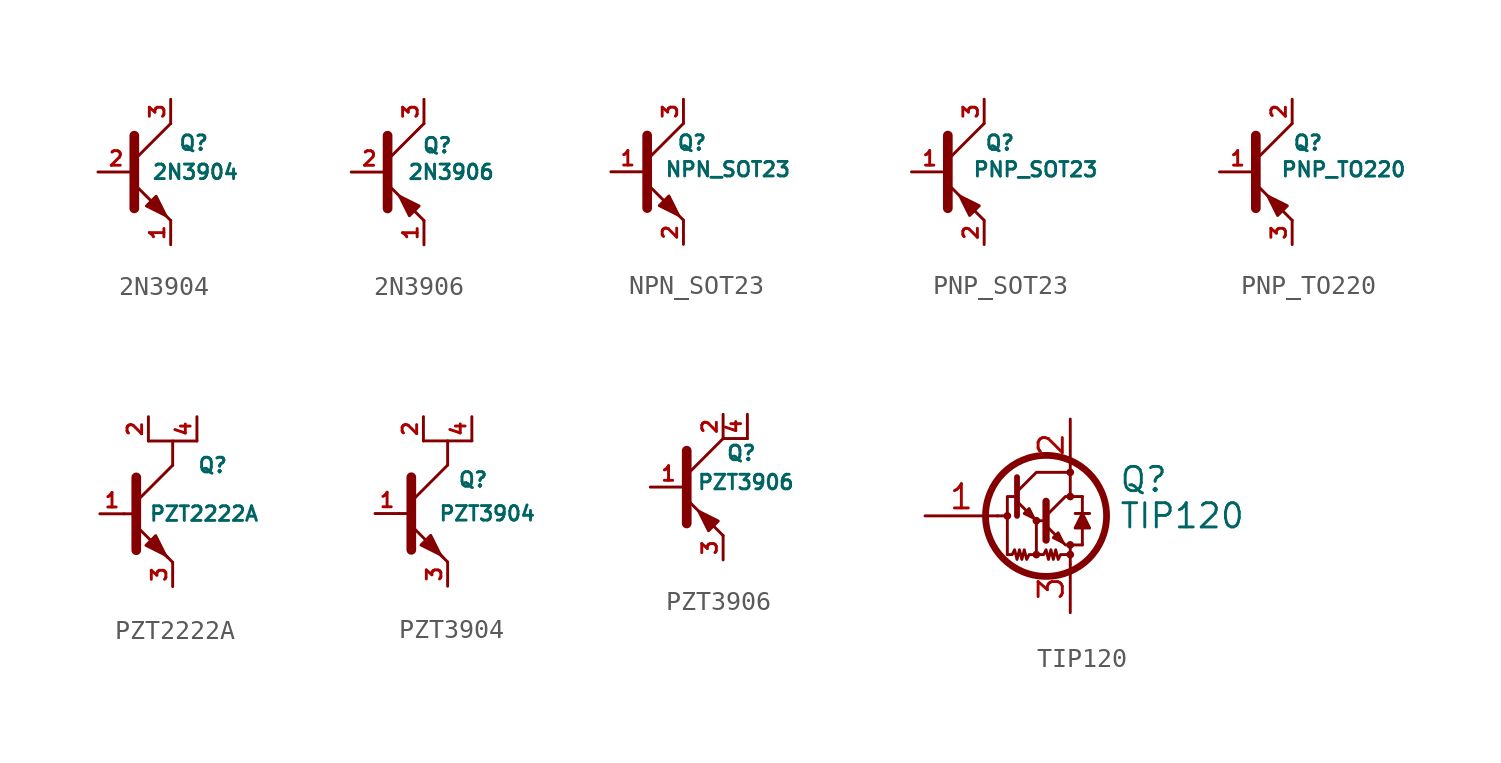
<source format=kicad_sym>
(kicad_symbol_lib
  (version 20210619)
  (generator kicad_symbol_editor)
  (symbol "Bobs_Bipolar_Transistors_2:2N3904"
    (pin_names
      (offset 0) hide)
    (property "Reference" "Q"
      (at 2.921 1.524 0)
      (effects (font (size 0.762 0.762)) (justify left)))
    (property "Value" "2N3904"
      (at 1.524 0 0)
      (effects (font (size 0.762 0.762)) (justify left)))
    (symbol "2N3904_0_1"
      (polyline (pts (xy 0.635 0.635) (xy 2.54 2.54)) (stroke (width 0)) (fill (type none)))
      (polyline (pts (xy 0.635 -0.635) (xy 2.54 -2.54) (xy 2.54 -2.54)) (stroke (width 0)) (fill (type none)))
      (polyline (pts (xy 0.635 1.905) (xy 0.635 -1.905) (xy 0.635 -1.905)) (stroke (width 0.508)) (fill (type none)))
      (polyline (pts (xy 1.27 -1.778) (xy 1.778 -1.27) (xy 2.286 -2.286) (xy 1.27 -1.778) (xy 1.27 -1.778)) (stroke (width 0)) (fill (type outline))))
    (symbol "2N3904_1_1"
      (pin passive line (at 2.54 -3.81 90) (length 1.27) (name "E" (effects (font (size 0.762 0.762)))) (number "1" (effects (font (size 0.762 0.762)))))
      (pin passive line (at -1.27 0 0) (length 1.905) (name "B" (effects (font (size 0.762 0.762)))) (number "2" (effects (font (size 0.762 0.762)))))
      (pin passive line (at 2.54 3.81 270) (length 1.27) (name "C" (effects (font (size 0.762 0.762)))) (number "3" (effects (font (size 0.762 0.762)))))))
  (symbol "Bobs_Bipolar_Transistors_2:2N3906"
    (pin_names
      (offset 0) hide)
    (property "Reference" "Q"
      (at 2.413 1.397 0)
      (effects (font (size 0.762 0.762)) (justify left)))
    (property "Value" "2N3906"
      (at 1.651 0 0)
      (effects (font (size 0.762 0.762)) (justify left)))
    (symbol "2N3906_0_1"
      (polyline (pts (xy 0.635 0.635) (xy 2.54 2.54)) (stroke (width 0)) (fill (type none)))
      (polyline (pts (xy 0.635 -0.635) (xy 2.54 -2.54) (xy 2.54 -2.54)) (stroke (width 0)) (fill (type none)))
      (polyline (pts (xy 0.635 1.905) (xy 0.635 -1.905) (xy 0.635 -1.905)) (stroke (width 0.508)) (fill (type none)))
      (polyline (pts (xy 2.286 -1.778) (xy 1.778 -2.286) (xy 1.27 -1.27) (xy 2.286 -1.778) (xy 2.286 -1.778)) (stroke (width 0)) (fill (type outline))))
    (symbol "2N3906_1_1"
      (pin passive line (at 2.54 -3.81 90) (length 1.27) (name "E" (effects (font (size 0.762 0.762)))) (number "1" (effects (font (size 0.762 0.762)))))
      (pin input line (at -1.27 0 0) (length 1.905) (name "B" (effects (font (size 0.762 0.762)))) (number "2" (effects (font (size 0.762 0.762)))))
      (pin passive line (at 2.54 3.81 270) (length 1.27) (name "C" (effects (font (size 0.762 0.762)))) (number "3" (effects (font (size 0.762 0.762)))))))
  (symbol "Bobs_Bipolar_Transistors_2:NPN_SOT23"
    (pin_names
      (offset 0) hide)
    (property "Reference" "Q"
      (at 2.159 1.524 0)
      (effects (font (size 0.762 0.762)) (justify left)))
    (property "Value" "NPN_SOT23"
      (at 1.524 0.127 0)
      (effects (font (size 0.762 0.762)) (justify left)))
    (symbol "NPN_SOT23_0_1"
      (polyline (pts (xy 0.635 0.635) (xy 2.54 2.54)) (stroke (width 0)) (fill (type none)))
      (polyline (pts (xy 0.635 -0.635) (xy 2.54 -2.54) (xy 2.54 -2.54)) (stroke (width 0)) (fill (type none)))
      (polyline (pts (xy 0.635 1.905) (xy 0.635 -1.905) (xy 0.635 -1.905)) (stroke (width 0.508)) (fill (type none)))
      (polyline (pts (xy 1.27 -1.778) (xy 1.778 -1.27) (xy 2.286 -2.286) (xy 1.27 -1.778) (xy 1.27 -1.778)) (stroke (width 0)) (fill (type outline))))
    (symbol "NPN_SOT23_1_1"
      (pin input line (at -1.27 0 0) (length 1.778) (name "Base" (effects (font (size 0.762 0.762)))) (number "1" (effects (font (size 0.762 0.762)))))
      (pin passive line (at 2.54 -3.81 90) (length 1.27) (name "E" (effects (font (size 0.762 0.762)))) (number "2" (effects (font (size 0.762 0.762)))))
      (pin output line (at 2.54 3.81 270) (length 1.27) (name "C" (effects (font (size 0.762 0.762)))) (number "3" (effects (font (size 0.762 0.762)))))))
  (symbol "Bobs_Bipolar_Transistors_2:PNP_SOT23"
    (pin_names
      (offset 0) hide)
    (property "Reference" "Q"
      (at 2.54 1.524 0)
      (effects (font (size 0.762 0.762)) (justify left)))
    (property "Value" "PNP_SOT23"
      (at 1.905 0.127 0)
      (effects (font (size 0.762 0.762)) (justify left)))
    (symbol "PNP_SOT23_0_1"
      (polyline (pts (xy 0.635 0.635) (xy 2.54 2.54)) (stroke (width 0)) (fill (type none)))
      (polyline (pts (xy 0.635 -0.635) (xy 2.54 -2.54) (xy 2.54 -2.54)) (stroke (width 0)) (fill (type none)))
      (polyline (pts (xy 0.635 1.905) (xy 0.635 -1.905) (xy 0.635 -1.905)) (stroke (width 0.508)) (fill (type none)))
      (polyline (pts (xy 2.286 -1.778) (xy 1.778 -2.286) (xy 1.27 -1.27) (xy 2.286 -1.778) (xy 2.286 -1.778)) (stroke (width 0)) (fill (type outline))))
    (symbol "PNP_SOT23_1_1"
      (pin input line (at -1.27 0 0) (length 1.905) (name "Base" (effects (font (size 0.762 0.762)))) (number "1" (effects (font (size 0.762 0.762)))))
      (pin bidirectional line (at 2.54 -3.81 90) (length 1.27) (name "Emitter" (effects (font (size 0.762 0.762)))) (number "2" (effects (font (size 0.762 0.762)))))
      (pin passive line (at 2.54 3.81 270) (length 1.27) (name "C" (effects (font (size 0.762 0.762)))) (number "3" (effects (font (size 0.762 0.762)))))))
  (symbol "Bobs_Bipolar_Transistors_2:PNP_TO220"
    (pin_names
      (offset 0) hide)
    (property "Reference" "Q"
      (at 2.54 1.524 0)
      (effects (font (size 0.762 0.762)) (justify left)))
    (property "Value" "PNP_TO220"
      (at 1.905 0.127 0)
      (effects (font (size 0.762 0.762)) (justify left)))
    (symbol "PNP_TO220_0_1"
      (polyline (pts (xy 0.635 0.635) (xy 2.54 2.54)) (stroke (width 0)) (fill (type none)))
      (polyline (pts (xy 0.635 -0.635) (xy 2.54 -2.54) (xy 2.54 -2.54)) (stroke (width 0)) (fill (type none)))
      (polyline (pts (xy 0.635 1.905) (xy 0.635 -1.905) (xy 0.635 -1.905)) (stroke (width 0.508)) (fill (type none)))
      (polyline (pts (xy 2.286 -1.778) (xy 1.778 -2.286) (xy 1.27 -1.27) (xy 2.286 -1.778) (xy 2.286 -1.778)) (stroke (width 0)) (fill (type outline))))
    (symbol "PNP_TO220_1_1"
      (pin input line (at -1.27 0 0) (length 1.905) (name "Base" (effects (font (size 0.762 0.762)))) (number "1" (effects (font (size 0.762 0.762)))))
      (pin passive line (at 2.54 3.81 270) (length 1.27) (name "C" (effects (font (size 0.762 0.762)))) (number "2" (effects (font (size 0.762 0.762)))))
      (pin bidirectional line (at 2.54 -3.81 90) (length 1.27) (name "Emitter" (effects (font (size 0.762 0.762)))) (number "3" (effects (font (size 0.762 0.762)))))))
  (symbol "Bobs_Bipolar_Transistors_2:PZT2222A"
    (pin_names
      (offset 0) hide)
    (property "Reference" "Q"
      (at 3.81 2.54 0)
      (effects (font (size 0.762 0.762)) (justify left)))
    (property "Value" "PZT2222A"
      (at 1.27 0 0)
      (effects (font (size 0.762 0.762)) (justify left)))
    (symbol "PZT2222A_0_1"
      (polyline (pts (xy 0 0) (xy 0.635 0)) (stroke (width 0)) (fill (type none)))
      (polyline (pts (xy 1.27 3.81) (xy 3.81 3.81)) (stroke (width 0.152)) (fill (type none)))
      (polyline (pts (xy 2.54 -2.54) (xy 0.635 -0.635)) (stroke (width 0)) (fill (type none)))
      (polyline (pts (xy 2.54 2.54) (xy 0.635 0.635)) (stroke (width 0)) (fill (type none)))
      (polyline (pts (xy 2.54 2.54) (xy 2.54 3.81)) (stroke (width 0.152)) (fill (type none)))
      (polyline (pts (xy 0.635 1.905) (xy 0.635 -1.905) (xy 0.635 -1.905)) (stroke (width 0.508)) (fill (type none)))
      (polyline (pts (xy 2.286 -2.286) (xy 1.778 -1.778) (xy 1.778 -1.778)) (stroke (width 0)) (fill (type none)))
      (polyline (pts (xy 1.143 -1.651) (xy 1.651 -1.143) (xy 2.159 -2.159) (xy 1.143 -1.651) (xy 1.143 -1.651)) (stroke (width 0)) (fill (type outline))))
    (symbol "PZT2222A_1_1"
      (pin input line (at -1.27 0 0) (length 1.27) (name "B" (effects (font (size 0.762 0.762)))) (number "1" (effects (font (size 0.762 0.762)))))
      (pin bidirectional line (at 1.27 5.08 270) (length 1.27) (name "C" (effects (font (size 0.762 0.762)))) (number "2" (effects (font (size 0.762 0.762)))))
      (pin bidirectional line (at 2.54 -3.81 90) (length 1.27) (name "E" (effects (font (size 0.762 0.762)))) (number "3" (effects (font (size 0.762 0.762)))))
      (pin bidirectional line (at 3.81 5.08 270) (length 1.27) (name "C" (effects (font (size 0.762 0.762)))) (number "4" (effects (font (size 0.762 0.762)))))))
  (symbol "Bobs_Bipolar_Transistors_2:PZT3904"
    (pin_names
      (offset 0) hide)
    (property "Reference" "Q"
      (at 3.048 1.778 0)
      (effects (font (size 0.762 0.762)) (justify left)))
    (property "Value" "PZT3904"
      (at 2.032 0 0)
      (effects (font (size 0.762 0.762)) (justify left)))
    (symbol "PZT3904_0_1"
      (polyline (pts (xy 0 0) (xy 0.635 0)) (stroke (width 0)) (fill (type none)))
      (polyline (pts (xy 1.27 3.81) (xy 3.81 3.81)) (stroke (width 0.152)) (fill (type none)))
      (polyline (pts (xy 2.54 -2.54) (xy 0.635 -0.635)) (stroke (width 0)) (fill (type none)))
      (polyline (pts (xy 2.54 2.54) (xy 0.635 0.635)) (stroke (width 0)) (fill (type none)))
      (polyline (pts (xy 2.54 2.54) (xy 2.54 3.81)) (stroke (width 0.152)) (fill (type none)))
      (polyline (pts (xy 0.635 1.905) (xy 0.635 -1.905) (xy 0.635 -1.905)) (stroke (width 0.508)) (fill (type none)))
      (polyline (pts (xy 2.286 -2.286) (xy 1.778 -1.778) (xy 1.778 -1.778)) (stroke (width 0)) (fill (type none)))
      (polyline (pts (xy 1.143 -1.651) (xy 1.651 -1.143) (xy 2.159 -2.159) (xy 1.143 -1.651) (xy 1.143 -1.651)) (stroke (width 0)) (fill (type outline))))
    (symbol "PZT3904_1_1"
      (pin input line (at -1.27 0 0) (length 1.27) (name "B" (effects (font (size 0.762 0.762)))) (number "1" (effects (font (size 0.762 0.762)))))
      (pin bidirectional line (at 1.27 5.08 270) (length 1.27) (name "C" (effects (font (size 0.762 0.762)))) (number "2" (effects (font (size 0.762 0.762)))))
      (pin bidirectional line (at 2.54 -3.81 90) (length 1.27) (name "E" (effects (font (size 0.762 0.762)))) (number "3" (effects (font (size 0.762 0.762)))))
      (pin bidirectional line (at 3.81 5.08 270) (length 1.27) (name "C" (effects (font (size 0.762 0.762)))) (number "4" (effects (font (size 0.762 0.762)))))))
  (symbol "Bobs_Bipolar_Transistors_2:PZT3906"
    (pin_names
      (offset 0) hide)
    (property "Reference" "Q"
      (at 2.667 1.778 0)
      (effects (font (size 0.762 0.762)) (justify left)))
    (property "Value" "PZT3906"
      (at 1.143 0.254 0)
      (effects (font (size 0.762 0.762)) (justify left)))
    (symbol "PZT3906_0_1"
      (polyline (pts (xy 0.635 0.635) (xy 2.54 2.54)) (stroke (width 0)) (fill (type none)))
      (polyline (pts (xy 2.54 2.54) (xy 3.81 2.54)) (stroke (width 0)) (fill (type none)))
      (polyline (pts (xy 0.635 -0.635) (xy 2.54 -2.54) (xy 2.54 -2.54)) (stroke (width 0)) (fill (type none)))
      (polyline (pts (xy 0.635 1.905) (xy 0.635 -1.905) (xy 0.635 -1.905)) (stroke (width 0.508)) (fill (type none)))
      (polyline (pts (xy 2.286 -1.778) (xy 1.778 -2.286) (xy 1.27 -1.27) (xy 2.286 -1.778) (xy 2.286 -1.778)) (stroke (width 0)) (fill (type outline))))
    (symbol "PZT3906_1_1"
      (pin input line (at -1.27 0 0) (length 1.905) (name "B" (effects (font (size 0.762 0.762)))) (number "1" (effects (font (size 0.762 0.762)))))
      (pin passive line (at 2.54 3.81 270) (length 1.27) (name "C" (effects (font (size 0.762 0.762)))) (number "2" (effects (font (size 0.762 0.762)))))
      (pin passive line (at 2.54 -3.81 90) (length 1.27) (name "E" (effects (font (size 0.762 0.762)))) (number "3" (effects (font (size 0.762 0.762)))))
      (pin passive line (at 3.81 3.81 270) (length 1.27) (name "C" (effects (font (size 0.762 0.762)))) (number "4" (effects (font (size 0.762 0.762)))))))
  (symbol "Bobs_Bipolar_Transistors_2:TIP120"
    (pin_names
      (offset 0) hide)
    (property "Reference" "Q"
      (at 5.08 1.905 0)
      (effects (font (size 1.27 1.27)) (justify left)))
    (property "Value" "TIP120"
      (at 5.08 0 0)
      (effects (font (size 1.27 1.27)) (justify left)))
    (symbol "TIP120_0_1"
      (circle (center -0.762 0) (radius 0.127) (stroke (width 0)) (fill (type none)))
      (circle (center 0.762 -2.032) (radius 0.127) (stroke (width 0)) (fill (type none)))
      (circle (center 0.762 -0.254) (radius 0.127) (stroke (width 0)) (fill (type none)))
      (circle (center 1.27 0) (radius 3.175) (stroke (width 0.356)) (fill (type none)))
      (circle (center 2.54 -2.032) (radius 0.127) (stroke (width 0)) (fill (type none)))
      (circle (center 2.54 -1.524) (radius 0.127) (stroke (width 0)) (fill (type none)))
      (circle (center 2.54 1.016) (radius 0.127) (stroke (width 0)) (fill (type none)))
      (circle (center 2.54 2.286) (radius 0.127) (stroke (width 0)) (fill (type none)))
      (polyline (pts (xy -1.27 0) (xy -0.889 0)) (stroke (width 0)) (fill (type none)))
      (polyline (pts (xy 2.54 -2.032) (xy 2.54 -2.54)) (stroke (width 0)) (fill (type none)))
      (polyline (pts (xy 2.54 -1.524) (xy 3.175 -1.524)) (stroke (width 0)) (fill (type none)))
      (polyline (pts (xy 2.794 0.127) (xy 3.556 0.127)) (stroke (width 0)) (fill (type none)))
      (polyline (pts (xy 3.175 -0.635) (xy 3.175 -1.524)) (stroke (width 0)) (fill (type none)))
      (polyline (pts (xy 3.175 1.016) (xy 2.54 1.016)) (stroke (width 0)) (fill (type none)))
      (polyline (pts (xy 3.175 1.016) (xy 3.175 0.127)) (stroke (width 0)) (fill (type none)))
      (polyline (pts (xy -0.254 0.762) (xy 0.762 -0.254) (xy 1.27 -0.254)) (stroke (width 0)) (fill (type none)))
      (polyline (pts (xy -0.254 1.016) (xy -0.762 1.016) (xy -0.762 -2.032)) (stroke (width 0)) (fill (type none)))
      (polyline (pts (xy -0.254 1.27) (xy 0.762 2.286) (xy 2.54 2.286)) (stroke (width 0)) (fill (type none)))
      (polyline (pts (xy -0.254 2.032) (xy -0.254 0) (xy -0.254 0)) (stroke (width 0.305)) (fill (type none)))
      (polyline (pts (xy 1.27 0.762) (xy 1.27 -1.27) (xy 1.27 -1.27)) (stroke (width 0.381)) (fill (type none)))
      (polyline (pts (xy 0.635 -0.127) (xy 0.381 0.381) (xy 0.127 0.127) (xy 0.635 -0.127)) (stroke (width 0)) (fill (type none)))
      (polyline (pts (xy 1.27 -0.508) (xy 2.286 -1.524) (xy 2.54 -1.524) (xy 2.54 -2.032)) (stroke (width 0)) (fill (type none)))
      (polyline (pts (xy 1.27 0) (xy 2.286 1.016) (xy 2.54 1.016) (xy 2.54 2.286)) (stroke (width 0)) (fill (type none)))
      (polyline (pts (xy 2.159 -1.397) (xy 1.905 -0.889) (xy 1.651 -1.143) (xy 2.159 -1.397)) (stroke (width 0)) (fill (type none)))
      (polyline (pts (xy 0.762 -2.032) (xy 0.381 -2.032) (xy 0.254 -2.286) (xy 0.127 -1.778) (xy 0 -2.286) (xy -0.127 -1.778) (xy -0.254 -2.286) (xy -0.381 -1.778) (xy -0.508 -2.032) (xy -0.762 -2.032)) (stroke (width 0)) (fill (type none)))
      (polyline (pts (xy 0.762 -0.254) (xy 0.762 -2.032) (xy 1.143 -2.032) (xy 1.27 -1.778) (xy 1.397 -2.286) (xy 1.524 -1.778) (xy 1.651 -2.286) (xy 1.778 -1.778) (xy 1.905 -2.286) (xy 2.032 -2.032) (xy 2.54 -2.032)) (stroke (width 0)) (fill (type none)))
      (polyline (pts (xy 3.175 0.127) (xy 2.794 -0.635) (xy 3.556 -0.635) (xy 3.175 0.127)) (stroke (width 0)) (fill (type outline))))
    (symbol "TIP120_1_1"
      (pin input line (at -5.08 0 0) (length 3.81) (name "B" (effects (font (size 1.27 1.27)))) (number "1" (effects (font (size 1.27 1.27)))))
      (pin passive line (at 2.54 5.08 270) (length 2.667) (name "C" (effects (font (size 1.27 1.27)))) (number "2" (effects (font (size 1.27 1.27)))))
      (pin passive line (at 2.54 -5.08 90) (length 2.54) (name "E" (effects (font (size 1.27 1.27)))) (number "3" (effects (font (size 1.27 1.27))))))))
</source>
